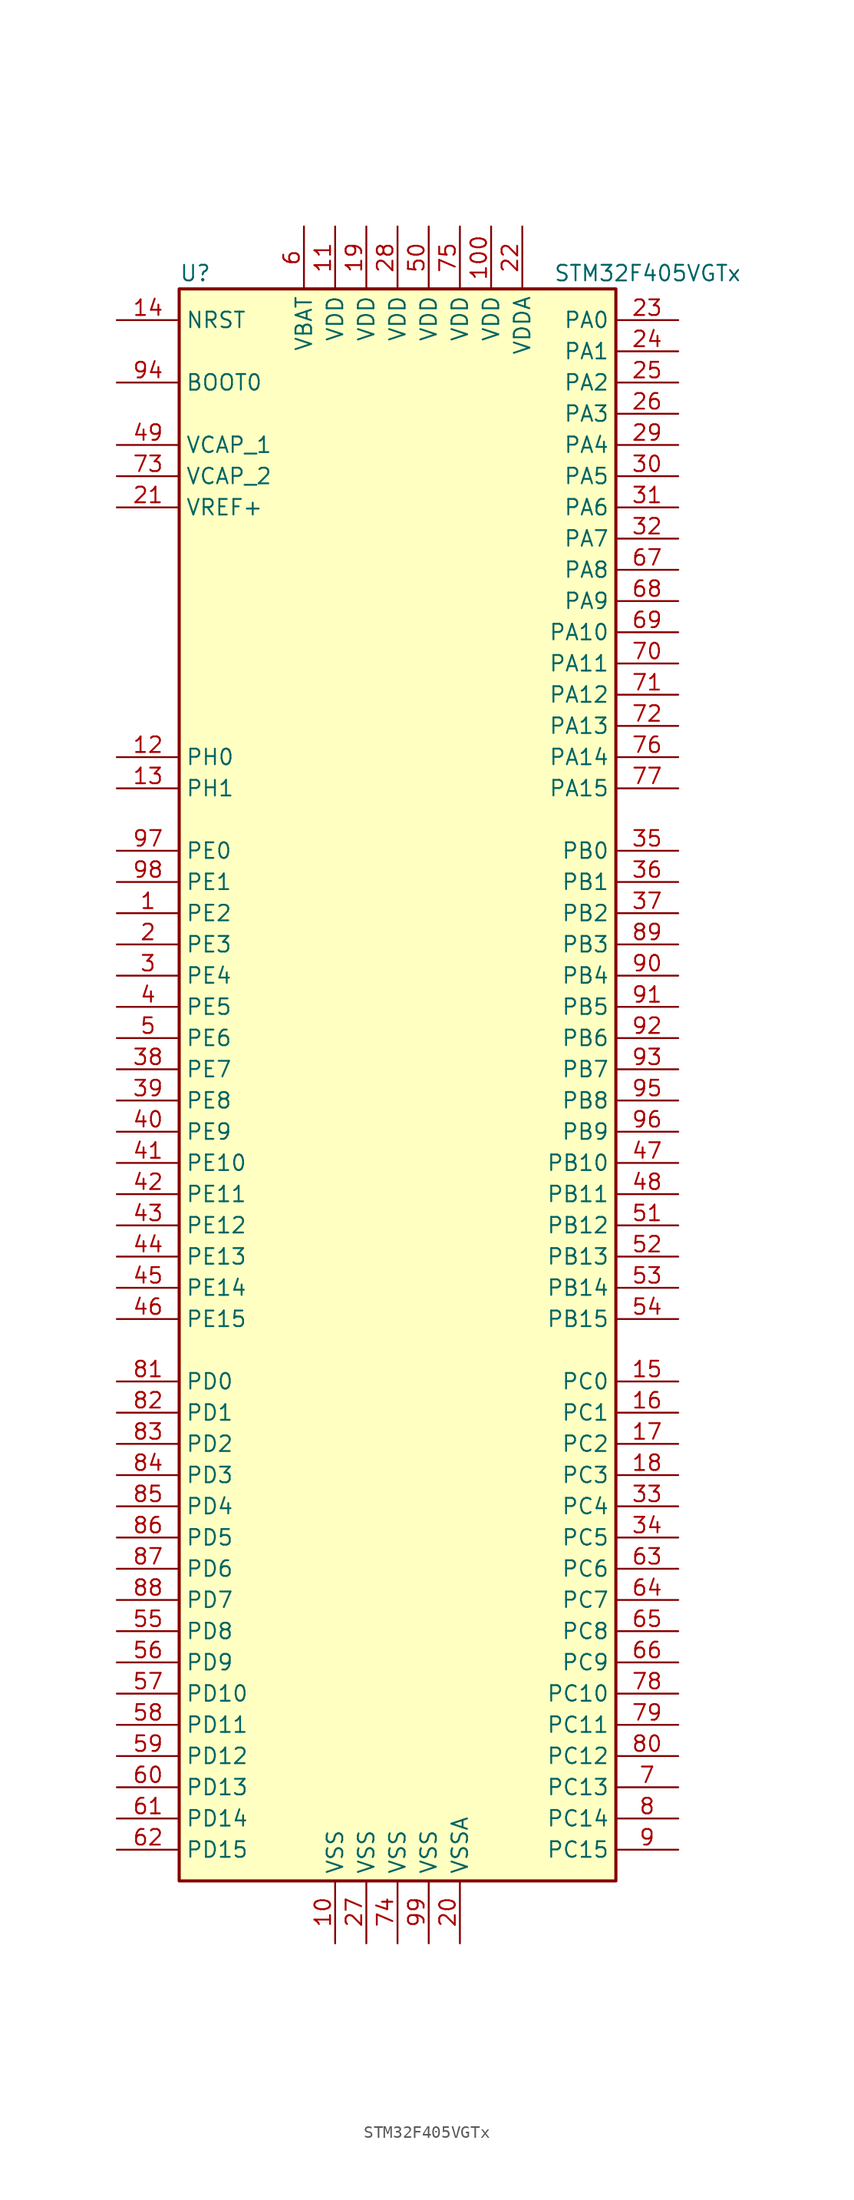
<source format=kicad_sym>
(kicad_symbol_lib
  (version 20211014)
  (generator kicad_symbol_editor)
  (symbol "STM32F405VGTx"
    (property "Reference" "U"
      (at -17.78 64.77 0)
      (effects (font (size 1.27 1.27)) (justify left)))
    (property "Value" "STM32F405VGTx"
      (at 12.7 64.77 0)
      (effects (font (size 1.27 1.27)) (justify left)))
    (symbol "STM32F405VGTx_0_1"
      (rectangle (start -17.78 -66.04) (end 17.78 63.5) (stroke (width 0.254) (type default) (color 0 0 0 0)) (fill (type background))))
    (symbol "STM32F405VGTx_1_1"
      (pin bidirectional line (at -22.86 12.7 0) (length 5.08) (name "PE2" (effects (font (size 1.27 1.27)))) (number "1" (effects (font (size 1.27 1.27)))))
      (pin power_in line (at -5.08 -71.12 90) (length 5.08) (name "VSS" (effects (font (size 1.27 1.27)))) (number "10" (effects (font (size 1.27 1.27)))))
      (pin power_in line (at 7.62 68.58 270) (length 5.08) (name "VDD" (effects (font (size 1.27 1.27)))) (number "100" (effects (font (size 1.27 1.27)))))
      (pin power_in line (at -5.08 68.58 270) (length 5.08) (name "VDD" (effects (font (size 1.27 1.27)))) (number "11" (effects (font (size 1.27 1.27)))))
      (pin input line (at -22.86 25.4 0) (length 5.08) (name "PH0" (effects (font (size 1.27 1.27)))) (number "12" (effects (font (size 1.27 1.27)))))
      (pin input line (at -22.86 22.86 0) (length 5.08) (name "PH1" (effects (font (size 1.27 1.27)))) (number "13" (effects (font (size 1.27 1.27)))))
      (pin input line (at -22.86 60.96 0) (length 5.08) (name "NRST" (effects (font (size 1.27 1.27)))) (number "14" (effects (font (size 1.27 1.27)))))
      (pin bidirectional line (at 22.86 -25.4 180) (length 5.08) (name "PC0" (effects (font (size 1.27 1.27)))) (number "15" (effects (font (size 1.27 1.27)))))
      (pin bidirectional line (at 22.86 -27.94 180) (length 5.08) (name "PC1" (effects (font (size 1.27 1.27)))) (number "16" (effects (font (size 1.27 1.27)))))
      (pin bidirectional line (at 22.86 -30.48 180) (length 5.08) (name "PC2" (effects (font (size 1.27 1.27)))) (number "17" (effects (font (size 1.27 1.27)))))
      (pin bidirectional line (at 22.86 -33.02 180) (length 5.08) (name "PC3" (effects (font (size 1.27 1.27)))) (number "18" (effects (font (size 1.27 1.27)))))
      (pin power_in line (at -2.54 68.58 270) (length 5.08) (name "VDD" (effects (font (size 1.27 1.27)))) (number "19" (effects (font (size 1.27 1.27)))))
      (pin bidirectional line (at -22.86 10.16 0) (length 5.08) (name "PE3" (effects (font (size 1.27 1.27)))) (number "2" (effects (font (size 1.27 1.27)))))
      (pin power_in line (at 5.08 -71.12 90) (length 5.08) (name "VSSA" (effects (font (size 1.27 1.27)))) (number "20" (effects (font (size 1.27 1.27)))))
      (pin power_in line (at -22.86 45.72 0) (length 5.08) (name "VREF+" (effects (font (size 1.27 1.27)))) (number "21" (effects (font (size 1.27 1.27)))))
      (pin power_in line (at 10.16 68.58 270) (length 5.08) (name "VDDA" (effects (font (size 1.27 1.27)))) (number "22" (effects (font (size 1.27 1.27)))))
      (pin bidirectional line (at 22.86 60.96 180) (length 5.08) (name "PA0" (effects (font (size 1.27 1.27)))) (number "23" (effects (font (size 1.27 1.27)))))
      (pin bidirectional line (at 22.86 58.42 180) (length 5.08) (name "PA1" (effects (font (size 1.27 1.27)))) (number "24" (effects (font (size 1.27 1.27)))))
      (pin bidirectional line (at 22.86 55.88 180) (length 5.08) (name "PA2" (effects (font (size 1.27 1.27)))) (number "25" (effects (font (size 1.27 1.27)))))
      (pin bidirectional line (at 22.86 53.34 180) (length 5.08) (name "PA3" (effects (font (size 1.27 1.27)))) (number "26" (effects (font (size 1.27 1.27)))))
      (pin power_in line (at -2.54 -71.12 90) (length 5.08) (name "VSS" (effects (font (size 1.27 1.27)))) (number "27" (effects (font (size 1.27 1.27)))))
      (pin power_in line (at 0 68.58 270) (length 5.08) (name "VDD" (effects (font (size 1.27 1.27)))) (number "28" (effects (font (size 1.27 1.27)))))
      (pin bidirectional line (at 22.86 50.8 180) (length 5.08) (name "PA4" (effects (font (size 1.27 1.27)))) (number "29" (effects (font (size 1.27 1.27)))))
      (pin bidirectional line (at -22.86 7.62 0) (length 5.08) (name "PE4" (effects (font (size 1.27 1.27)))) (number "3" (effects (font (size 1.27 1.27)))))
      (pin bidirectional line (at 22.86 48.26 180) (length 5.08) (name "PA5" (effects (font (size 1.27 1.27)))) (number "30" (effects (font (size 1.27 1.27)))))
      (pin bidirectional line (at 22.86 45.72 180) (length 5.08) (name "PA6" (effects (font (size 1.27 1.27)))) (number "31" (effects (font (size 1.27 1.27)))))
      (pin bidirectional line (at 22.86 43.18 180) (length 5.08) (name "PA7" (effects (font (size 1.27 1.27)))) (number "32" (effects (font (size 1.27 1.27)))))
      (pin bidirectional line (at 22.86 -35.56 180) (length 5.08) (name "PC4" (effects (font (size 1.27 1.27)))) (number "33" (effects (font (size 1.27 1.27)))))
      (pin bidirectional line (at 22.86 -38.1 180) (length 5.08) (name "PC5" (effects (font (size 1.27 1.27)))) (number "34" (effects (font (size 1.27 1.27)))))
      (pin bidirectional line (at 22.86 17.78 180) (length 5.08) (name "PB0" (effects (font (size 1.27 1.27)))) (number "35" (effects (font (size 1.27 1.27)))))
      (pin bidirectional line (at 22.86 15.24 180) (length 5.08) (name "PB1" (effects (font (size 1.27 1.27)))) (number "36" (effects (font (size 1.27 1.27)))))
      (pin bidirectional line (at 22.86 12.7 180) (length 5.08) (name "PB2" (effects (font (size 1.27 1.27)))) (number "37" (effects (font (size 1.27 1.27)))))
      (pin bidirectional line (at -22.86 0 0) (length 5.08) (name "PE7" (effects (font (size 1.27 1.27)))) (number "38" (effects (font (size 1.27 1.27)))))
      (pin bidirectional line (at -22.86 -2.54 0) (length 5.08) (name "PE8" (effects (font (size 1.27 1.27)))) (number "39" (effects (font (size 1.27 1.27)))))
      (pin bidirectional line (at -22.86 5.08 0) (length 5.08) (name "PE5" (effects (font (size 1.27 1.27)))) (number "4" (effects (font (size 1.27 1.27)))))
      (pin bidirectional line (at -22.86 -5.08 0) (length 5.08) (name "PE9" (effects (font (size 1.27 1.27)))) (number "40" (effects (font (size 1.27 1.27)))))
      (pin bidirectional line (at -22.86 -7.62 0) (length 5.08) (name "PE10" (effects (font (size 1.27 1.27)))) (number "41" (effects (font (size 1.27 1.27)))))
      (pin bidirectional line (at -22.86 -10.16 0) (length 5.08) (name "PE11" (effects (font (size 1.27 1.27)))) (number "42" (effects (font (size 1.27 1.27)))))
      (pin bidirectional line (at -22.86 -12.7 0) (length 5.08) (name "PE12" (effects (font (size 1.27 1.27)))) (number "43" (effects (font (size 1.27 1.27)))))
      (pin bidirectional line (at -22.86 -15.24 0) (length 5.08) (name "PE13" (effects (font (size 1.27 1.27)))) (number "44" (effects (font (size 1.27 1.27)))))
      (pin bidirectional line (at -22.86 -17.78 0) (length 5.08) (name "PE14" (effects (font (size 1.27 1.27)))) (number "45" (effects (font (size 1.27 1.27)))))
      (pin bidirectional line (at -22.86 -20.32 0) (length 5.08) (name "PE15" (effects (font (size 1.27 1.27)))) (number "46" (effects (font (size 1.27 1.27)))))
      (pin bidirectional line (at 22.86 -7.62 180) (length 5.08) (name "PB10" (effects (font (size 1.27 1.27)))) (number "47" (effects (font (size 1.27 1.27)))))
      (pin bidirectional line (at 22.86 -10.16 180) (length 5.08) (name "PB11" (effects (font (size 1.27 1.27)))) (number "48" (effects (font (size 1.27 1.27)))))
      (pin power_in line (at -22.86 50.8 0) (length 5.08) (name "VCAP_1" (effects (font (size 1.27 1.27)))) (number "49" (effects (font (size 1.27 1.27)))))
      (pin bidirectional line (at -22.86 2.54 0) (length 5.08) (name "PE6" (effects (font (size 1.27 1.27)))) (number "5" (effects (font (size 1.27 1.27)))))
      (pin power_in line (at 2.54 68.58 270) (length 5.08) (name "VDD" (effects (font (size 1.27 1.27)))) (number "50" (effects (font (size 1.27 1.27)))))
      (pin bidirectional line (at 22.86 -12.7 180) (length 5.08) (name "PB12" (effects (font (size 1.27 1.27)))) (number "51" (effects (font (size 1.27 1.27)))))
      (pin bidirectional line (at 22.86 -15.24 180) (length 5.08) (name "PB13" (effects (font (size 1.27 1.27)))) (number "52" (effects (font (size 1.27 1.27)))))
      (pin bidirectional line (at 22.86 -17.78 180) (length 5.08) (name "PB14" (effects (font (size 1.27 1.27)))) (number "53" (effects (font (size 1.27 1.27)))))
      (pin bidirectional line (at 22.86 -20.32 180) (length 5.08) (name "PB15" (effects (font (size 1.27 1.27)))) (number "54" (effects (font (size 1.27 1.27)))))
      (pin bidirectional line (at -22.86 -45.72 0) (length 5.08) (name "PD8" (effects (font (size 1.27 1.27)))) (number "55" (effects (font (size 1.27 1.27)))))
      (pin bidirectional line (at -22.86 -48.26 0) (length 5.08) (name "PD9" (effects (font (size 1.27 1.27)))) (number "56" (effects (font (size 1.27 1.27)))))
      (pin bidirectional line (at -22.86 -50.8 0) (length 5.08) (name "PD10" (effects (font (size 1.27 1.27)))) (number "57" (effects (font (size 1.27 1.27)))))
      (pin bidirectional line (at -22.86 -53.34 0) (length 5.08) (name "PD11" (effects (font (size 1.27 1.27)))) (number "58" (effects (font (size 1.27 1.27)))))
      (pin bidirectional line (at -22.86 -55.88 0) (length 5.08) (name "PD12" (effects (font (size 1.27 1.27)))) (number "59" (effects (font (size 1.27 1.27)))))
      (pin power_in line (at -7.62 68.58 270) (length 5.08) (name "VBAT" (effects (font (size 1.27 1.27)))) (number "6" (effects (font (size 1.27 1.27)))))
      (pin bidirectional line (at -22.86 -58.42 0) (length 5.08) (name "PD13" (effects (font (size 1.27 1.27)))) (number "60" (effects (font (size 1.27 1.27)))))
      (pin bidirectional line (at -22.86 -60.96 0) (length 5.08) (name "PD14" (effects (font (size 1.27 1.27)))) (number "61" (effects (font (size 1.27 1.27)))))
      (pin bidirectional line (at -22.86 -63.5 0) (length 5.08) (name "PD15" (effects (font (size 1.27 1.27)))) (number "62" (effects (font (size 1.27 1.27)))))
      (pin bidirectional line (at 22.86 -40.64 180) (length 5.08) (name "PC6" (effects (font (size 1.27 1.27)))) (number "63" (effects (font (size 1.27 1.27)))))
      (pin bidirectional line (at 22.86 -43.18 180) (length 5.08) (name "PC7" (effects (font (size 1.27 1.27)))) (number "64" (effects (font (size 1.27 1.27)))))
      (pin bidirectional line (at 22.86 -45.72 180) (length 5.08) (name "PC8" (effects (font (size 1.27 1.27)))) (number "65" (effects (font (size 1.27 1.27)))))
      (pin bidirectional line (at 22.86 -48.26 180) (length 5.08) (name "PC9" (effects (font (size 1.27 1.27)))) (number "66" (effects (font (size 1.27 1.27)))))
      (pin bidirectional line (at 22.86 40.64 180) (length 5.08) (name "PA8" (effects (font (size 1.27 1.27)))) (number "67" (effects (font (size 1.27 1.27)))))
      (pin bidirectional line (at 22.86 38.1 180) (length 5.08) (name "PA9" (effects (font (size 1.27 1.27)))) (number "68" (effects (font (size 1.27 1.27)))))
      (pin bidirectional line (at 22.86 35.56 180) (length 5.08) (name "PA10" (effects (font (size 1.27 1.27)))) (number "69" (effects (font (size 1.27 1.27)))))
      (pin bidirectional line (at 22.86 -58.42 180) (length 5.08) (name "PC13" (effects (font (size 1.27 1.27)))) (number "7" (effects (font (size 1.27 1.27)))))
      (pin bidirectional line (at 22.86 33.02 180) (length 5.08) (name "PA11" (effects (font (size 1.27 1.27)))) (number "70" (effects (font (size 1.27 1.27)))))
      (pin bidirectional line (at 22.86 30.48 180) (length 5.08) (name "PA12" (effects (font (size 1.27 1.27)))) (number "71" (effects (font (size 1.27 1.27)))))
      (pin bidirectional line (at 22.86 27.94 180) (length 5.08) (name "PA13" (effects (font (size 1.27 1.27)))) (number "72" (effects (font (size 1.27 1.27)))))
      (pin power_in line (at -22.86 48.26 0) (length 5.08) (name "VCAP_2" (effects (font (size 1.27 1.27)))) (number "73" (effects (font (size 1.27 1.27)))))
      (pin power_in line (at 0 -71.12 90) (length 5.08) (name "VSS" (effects (font (size 1.27 1.27)))) (number "74" (effects (font (size 1.27 1.27)))))
      (pin power_in line (at 5.08 68.58 270) (length 5.08) (name "VDD" (effects (font (size 1.27 1.27)))) (number "75" (effects (font (size 1.27 1.27)))))
      (pin bidirectional line (at 22.86 25.4 180) (length 5.08) (name "PA14" (effects (font (size 1.27 1.27)))) (number "76" (effects (font (size 1.27 1.27)))))
      (pin bidirectional line (at 22.86 22.86 180) (length 5.08) (name "PA15" (effects (font (size 1.27 1.27)))) (number "77" (effects (font (size 1.27 1.27)))))
      (pin bidirectional line (at 22.86 -50.8 180) (length 5.08) (name "PC10" (effects (font (size 1.27 1.27)))) (number "78" (effects (font (size 1.27 1.27)))))
      (pin bidirectional line (at 22.86 -53.34 180) (length 5.08) (name "PC11" (effects (font (size 1.27 1.27)))) (number "79" (effects (font (size 1.27 1.27)))))
      (pin bidirectional line (at 22.86 -60.96 180) (length 5.08) (name "PC14" (effects (font (size 1.27 1.27)))) (number "8" (effects (font (size 1.27 1.27)))))
      (pin bidirectional line (at 22.86 -55.88 180) (length 5.08) (name "PC12" (effects (font (size 1.27 1.27)))) (number "80" (effects (font (size 1.27 1.27)))))
      (pin bidirectional line (at -22.86 -25.4 0) (length 5.08) (name "PD0" (effects (font (size 1.27 1.27)))) (number "81" (effects (font (size 1.27 1.27)))))
      (pin bidirectional line (at -22.86 -27.94 0) (length 5.08) (name "PD1" (effects (font (size 1.27 1.27)))) (number "82" (effects (font (size 1.27 1.27)))))
      (pin bidirectional line (at -22.86 -30.48 0) (length 5.08) (name "PD2" (effects (font (size 1.27 1.27)))) (number "83" (effects (font (size 1.27 1.27)))))
      (pin bidirectional line (at -22.86 -33.02 0) (length 5.08) (name "PD3" (effects (font (size 1.27 1.27)))) (number "84" (effects (font (size 1.27 1.27)))))
      (pin bidirectional line (at -22.86 -35.56 0) (length 5.08) (name "PD4" (effects (font (size 1.27 1.27)))) (number "85" (effects (font (size 1.27 1.27)))))
      (pin bidirectional line (at -22.86 -38.1 0) (length 5.08) (name "PD5" (effects (font (size 1.27 1.27)))) (number "86" (effects (font (size 1.27 1.27)))))
      (pin bidirectional line (at -22.86 -40.64 0) (length 5.08) (name "PD6" (effects (font (size 1.27 1.27)))) (number "87" (effects (font (size 1.27 1.27)))))
      (pin bidirectional line (at -22.86 -43.18 0) (length 5.08) (name "PD7" (effects (font (size 1.27 1.27)))) (number "88" (effects (font (size 1.27 1.27)))))
      (pin bidirectional line (at 22.86 10.16 180) (length 5.08) (name "PB3" (effects (font (size 1.27 1.27)))) (number "89" (effects (font (size 1.27 1.27)))))
      (pin bidirectional line (at 22.86 -63.5 180) (length 5.08) (name "PC15" (effects (font (size 1.27 1.27)))) (number "9" (effects (font (size 1.27 1.27)))))
      (pin bidirectional line (at 22.86 7.62 180) (length 5.08) (name "PB4" (effects (font (size 1.27 1.27)))) (number "90" (effects (font (size 1.27 1.27)))))
      (pin bidirectional line (at 22.86 5.08 180) (length 5.08) (name "PB5" (effects (font (size 1.27 1.27)))) (number "91" (effects (font (size 1.27 1.27)))))
      (pin bidirectional line (at 22.86 2.54 180) (length 5.08) (name "PB6" (effects (font (size 1.27 1.27)))) (number "92" (effects (font (size 1.27 1.27)))))
      (pin bidirectional line (at 22.86 0 180) (length 5.08) (name "PB7" (effects (font (size 1.27 1.27)))) (number "93" (effects (font (size 1.27 1.27)))))
      (pin input line (at -22.86 55.88 0) (length 5.08) (name "BOOT0" (effects (font (size 1.27 1.27)))) (number "94" (effects (font (size 1.27 1.27)))))
      (pin bidirectional line (at 22.86 -2.54 180) (length 5.08) (name "PB8" (effects (font (size 1.27 1.27)))) (number "95" (effects (font (size 1.27 1.27)))))
      (pin bidirectional line (at 22.86 -5.08 180) (length 5.08) (name "PB9" (effects (font (size 1.27 1.27)))) (number "96" (effects (font (size 1.27 1.27)))))
      (pin bidirectional line (at -22.86 17.78 0) (length 5.08) (name "PE0" (effects (font (size 1.27 1.27)))) (number "97" (effects (font (size 1.27 1.27)))))
      (pin bidirectional line (at -22.86 15.24 0) (length 5.08) (name "PE1" (effects (font (size 1.27 1.27)))) (number "98" (effects (font (size 1.27 1.27)))))
      (pin power_in line (at 2.54 -71.12 90) (length 5.08) (name "VSS" (effects (font (size 1.27 1.27)))) (number "99" (effects (font (size 1.27 1.27))))))))
</source>
